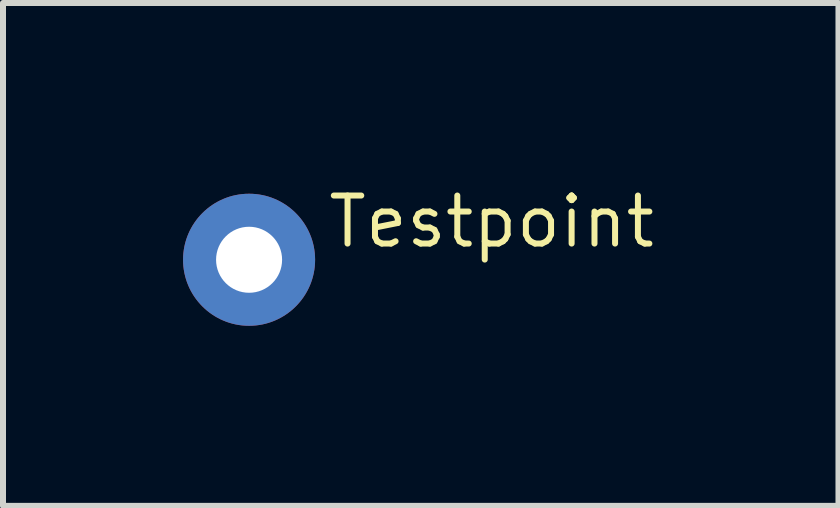
<source format=kicad_pcb>
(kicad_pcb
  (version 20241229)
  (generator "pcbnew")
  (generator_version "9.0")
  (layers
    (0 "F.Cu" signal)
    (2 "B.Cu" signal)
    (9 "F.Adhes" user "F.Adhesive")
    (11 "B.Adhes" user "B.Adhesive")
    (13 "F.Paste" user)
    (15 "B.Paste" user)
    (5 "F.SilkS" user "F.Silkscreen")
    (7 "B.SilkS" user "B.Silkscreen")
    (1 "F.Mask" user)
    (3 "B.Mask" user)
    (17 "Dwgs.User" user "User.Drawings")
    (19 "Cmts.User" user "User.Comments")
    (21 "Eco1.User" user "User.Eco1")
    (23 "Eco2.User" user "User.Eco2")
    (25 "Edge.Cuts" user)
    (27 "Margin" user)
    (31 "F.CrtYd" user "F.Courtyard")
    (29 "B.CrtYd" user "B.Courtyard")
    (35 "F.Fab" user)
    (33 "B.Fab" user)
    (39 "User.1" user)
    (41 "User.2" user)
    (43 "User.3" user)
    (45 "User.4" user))
  (footprint "Testpoint"
    (layer "F.Cu")
    (at 1.1 1.278)
    (property "Reference" "Testpoint" (at 1.27 -0.635 0) (layer "F.SilkS") (effects (font (size 0.8 0.8) (thickness 0.1)) (justify left)))
    (attr through_hole)
    (pad "1" thru_hole oval (at 0 0) (size 2.2 2.2) (drill 1.1) (layers "*.Cu" "*.Mask")))
  (gr_rect
    (start -3 -3)
    (end 10.92 5.378)
    (stroke (width 0.1) (type default))
    (fill no)
    (layer "Edge.Cuts")))
</source>
